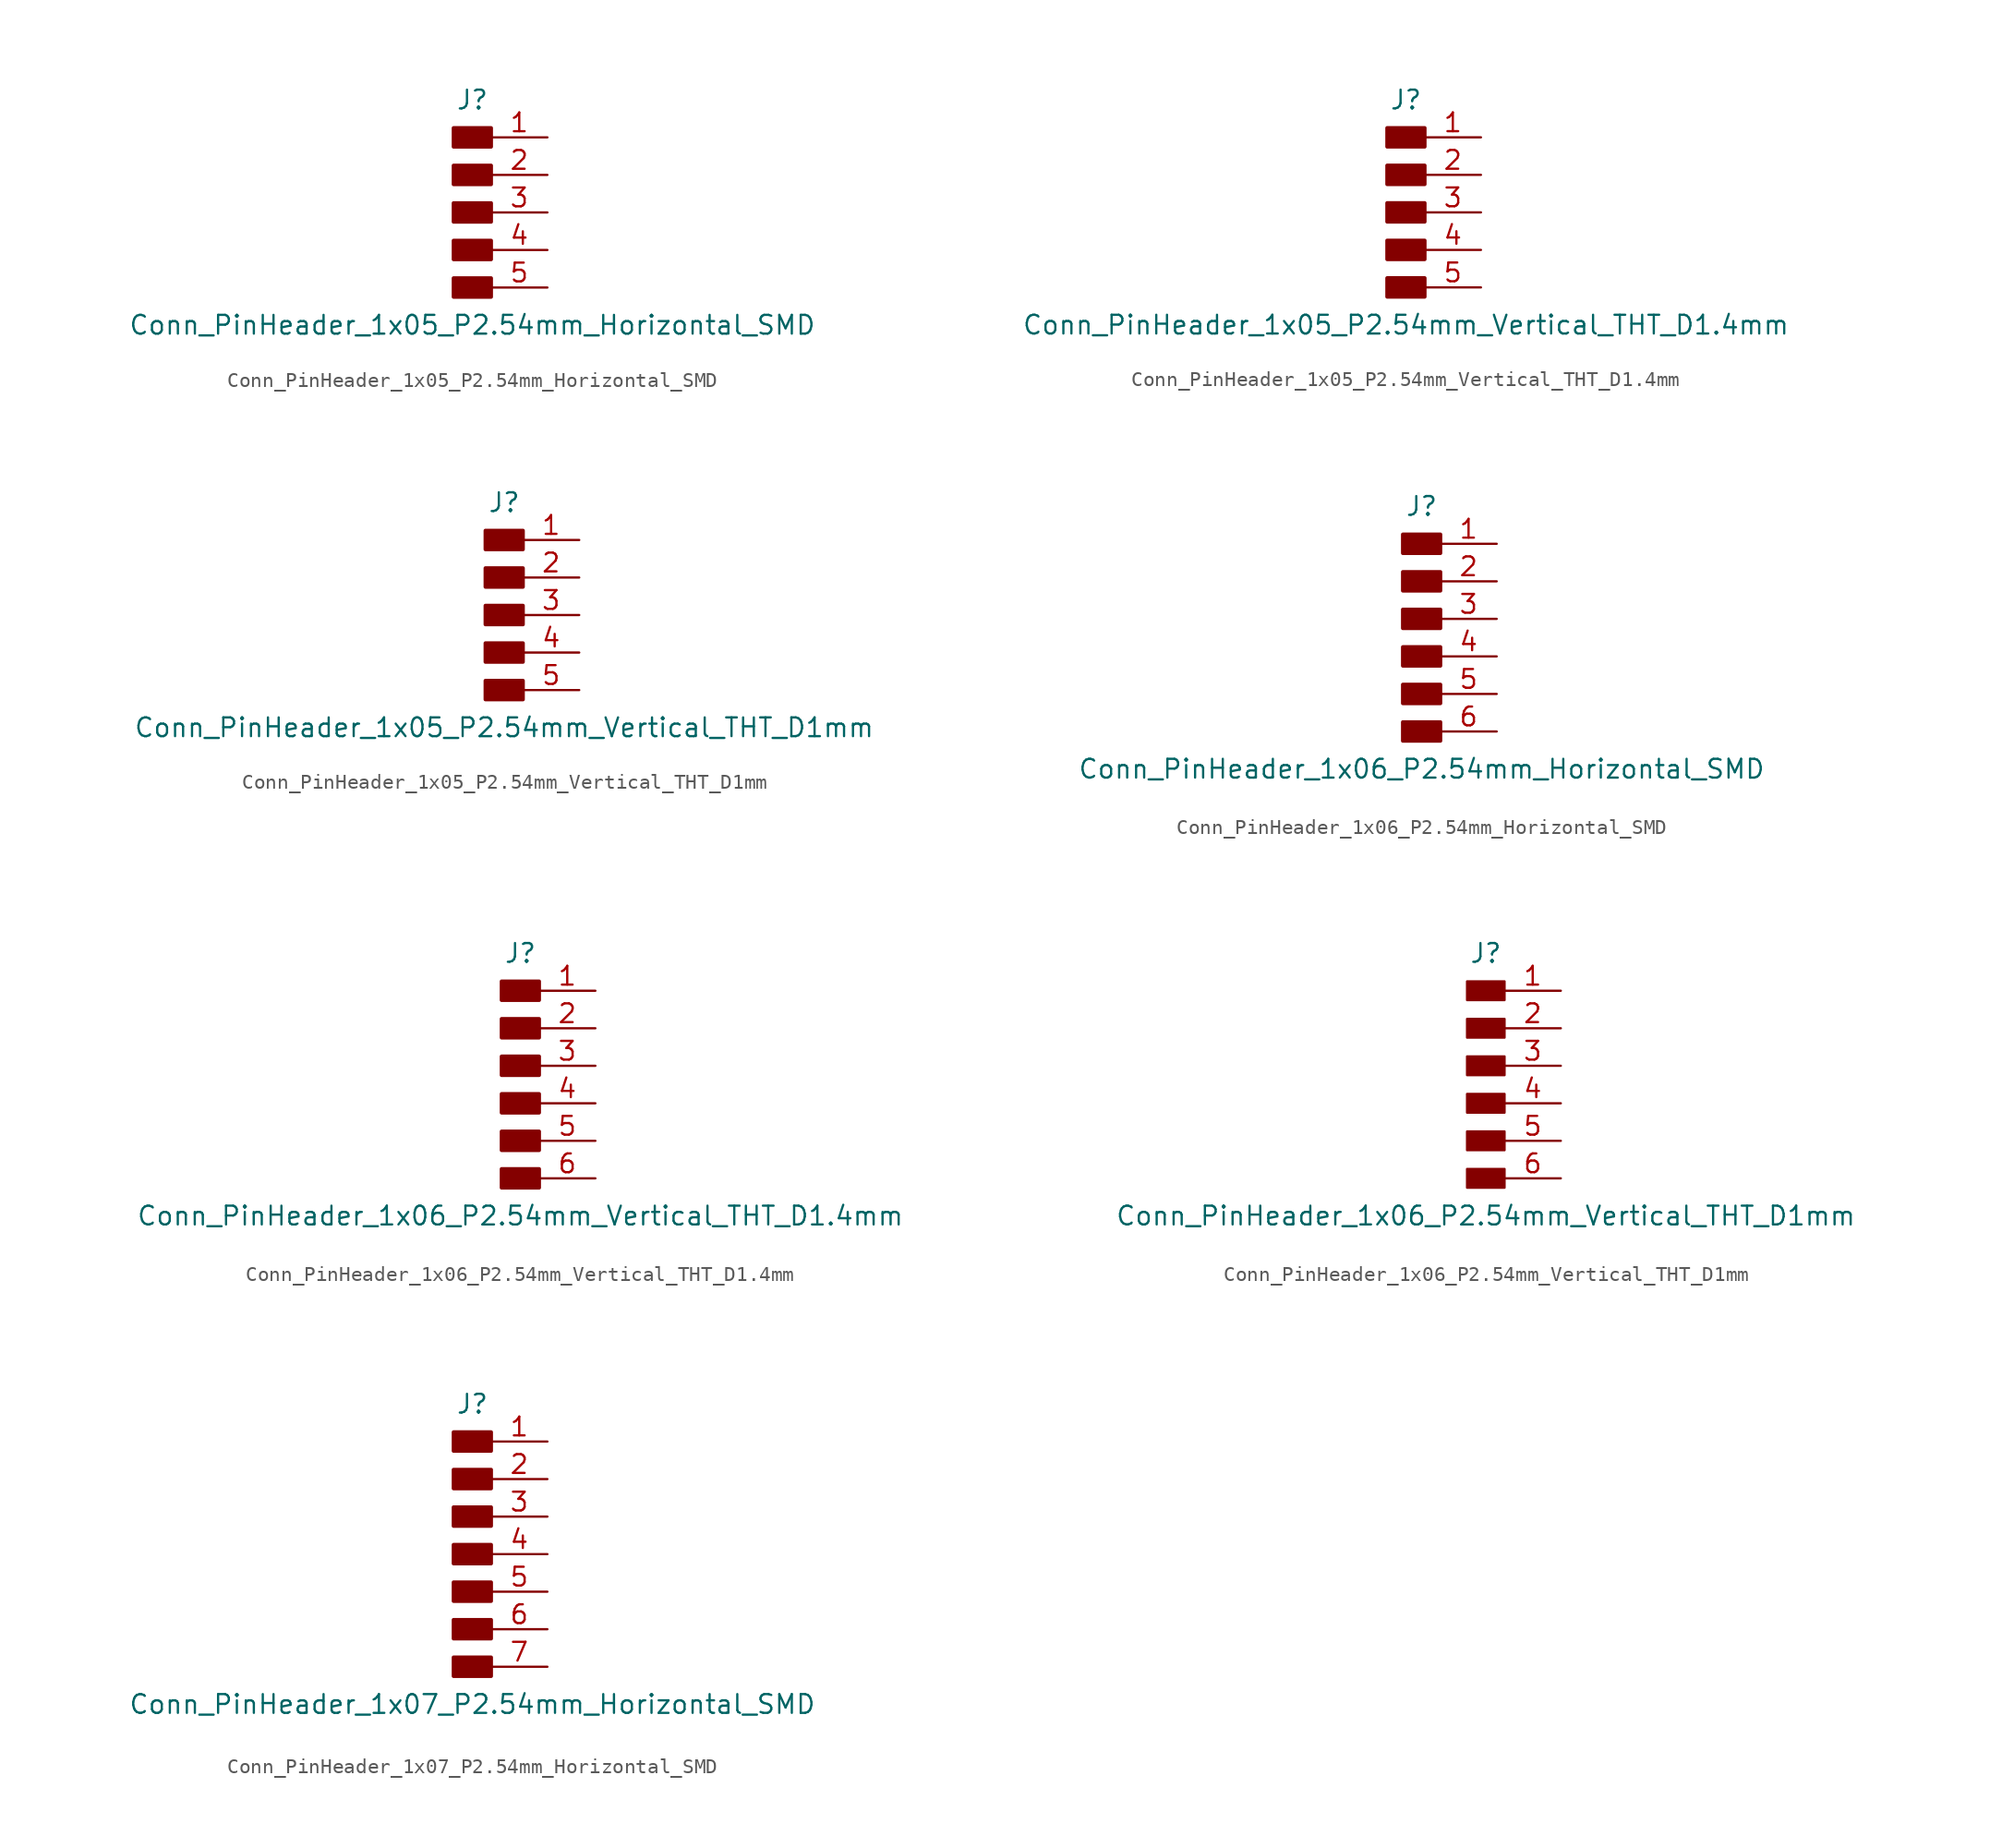
<source format=kicad_sym>
(kicad_symbol_lib
  (version 20211014)
  (generator kicad_symbol_editor)
  (symbol "Conn_PinHeader_1x05_P2.54mm_Horizontal_SMD"
    (pin_names hide)
    (property "Reference" "J"
      (at 0 7.62 0)
      (effects (font (size 1.27 1.27))))
    (property "Value" "Conn_PinHeader_1x05_P2.54mm_Horizontal_SMD"
      (at 0 -7.62 0)
      (effects (font (size 1.27 1.27))))
    (symbol "Conn_PinHeader_1x05_P2.54mm_Horizontal_SMD_1_1"
      (rectangle (start -1.27 -4.445) (end 1.27 -5.715) (stroke (width 0.254) (type default) (color 0 0 0 0)) (fill (type outline)))
      (rectangle (start -1.27 -1.905) (end 1.27 -3.175) (stroke (width 0.254) (type default) (color 0 0 0 0)) (fill (type outline)))
      (rectangle (start -1.27 0.635) (end 1.27 -0.635) (stroke (width 0.254) (type default) (color 0 0 0 0)) (fill (type outline)))
      (rectangle (start -1.27 3.175) (end 1.27 1.905) (stroke (width 0.254) (type default) (color 0 0 0 0)) (fill (type outline)))
      (rectangle (start -1.27 5.715) (end 1.27 4.445) (stroke (width 0.254) (type default) (color 0 0 0 0)) (fill (type outline)))
      (pin passive line (at 5.08 5.08 180) (length 3.81) (name "Pin_1" (effects (font (size 1.27 1.27)))) (number "1" (effects (font (size 1.27 1.27)))))
      (pin passive line (at 5.08 2.54 180) (length 3.81) (name "Pin_2" (effects (font (size 1.27 1.27)))) (number "2" (effects (font (size 1.27 1.27)))))
      (pin passive line (at 5.08 0 180) (length 3.81) (name "Pin_3" (effects (font (size 1.27 1.27)))) (number "3" (effects (font (size 1.27 1.27)))))
      (pin passive line (at 5.08 -2.54 180) (length 3.81) (name "Pin_4" (effects (font (size 1.27 1.27)))) (number "4" (effects (font (size 1.27 1.27)))))
      (pin passive line (at 5.08 -5.08 180) (length 3.81) (name "Pin_5" (effects (font (size 1.27 1.27)))) (number "5" (effects (font (size 1.27 1.27)))))))
  (symbol "Conn_PinHeader_1x05_P2.54mm_Vertical_THT_D1.4mm"
    (pin_names hide)
    (property "Reference" "J"
      (at 0 7.62 0)
      (effects (font (size 1.27 1.27))))
    (property "Value" "Conn_PinHeader_1x05_P2.54mm_Vertical_THT_D1.4mm"
      (at 0 -7.62 0)
      (effects (font (size 1.27 1.27))))
    (symbol "Conn_PinHeader_1x05_P2.54mm_Vertical_THT_D1.4mm_1_1"
      (rectangle (start -1.27 -4.445) (end 1.27 -5.715) (stroke (width 0.254) (type default) (color 0 0 0 0)) (fill (type outline)))
      (rectangle (start -1.27 -1.905) (end 1.27 -3.175) (stroke (width 0.254) (type default) (color 0 0 0 0)) (fill (type outline)))
      (rectangle (start -1.27 0.635) (end 1.27 -0.635) (stroke (width 0.254) (type default) (color 0 0 0 0)) (fill (type outline)))
      (rectangle (start -1.27 3.175) (end 1.27 1.905) (stroke (width 0.254) (type default) (color 0 0 0 0)) (fill (type outline)))
      (rectangle (start -1.27 5.715) (end 1.27 4.445) (stroke (width 0.254) (type default) (color 0 0 0 0)) (fill (type outline)))
      (pin passive line (at 5.08 5.08 180) (length 3.81) (name "Pin_1" (effects (font (size 1.27 1.27)))) (number "1" (effects (font (size 1.27 1.27)))))
      (pin passive line (at 5.08 2.54 180) (length 3.81) (name "Pin_2" (effects (font (size 1.27 1.27)))) (number "2" (effects (font (size 1.27 1.27)))))
      (pin passive line (at 5.08 0 180) (length 3.81) (name "Pin_3" (effects (font (size 1.27 1.27)))) (number "3" (effects (font (size 1.27 1.27)))))
      (pin passive line (at 5.08 -2.54 180) (length 3.81) (name "Pin_4" (effects (font (size 1.27 1.27)))) (number "4" (effects (font (size 1.27 1.27)))))
      (pin passive line (at 5.08 -5.08 180) (length 3.81) (name "Pin_5" (effects (font (size 1.27 1.27)))) (number "5" (effects (font (size 1.27 1.27)))))))
  (symbol "Conn_PinHeader_1x05_P2.54mm_Vertical_THT_D1mm"
    (pin_names hide)
    (property "Reference" "J"
      (at 0 7.62 0)
      (effects (font (size 1.27 1.27))))
    (property "Value" "Conn_PinHeader_1x05_P2.54mm_Vertical_THT_D1mm"
      (at 0 -7.62 0)
      (effects (font (size 1.27 1.27))))
    (symbol "Conn_PinHeader_1x05_P2.54mm_Vertical_THT_D1mm_1_1"
      (rectangle (start -1.27 -4.445) (end 1.27 -5.715) (stroke (width 0.254) (type default) (color 0 0 0 0)) (fill (type outline)))
      (rectangle (start -1.27 -1.905) (end 1.27 -3.175) (stroke (width 0.254) (type default) (color 0 0 0 0)) (fill (type outline)))
      (rectangle (start -1.27 0.635) (end 1.27 -0.635) (stroke (width 0.254) (type default) (color 0 0 0 0)) (fill (type outline)))
      (rectangle (start -1.27 3.175) (end 1.27 1.905) (stroke (width 0.254) (type default) (color 0 0 0 0)) (fill (type outline)))
      (rectangle (start -1.27 5.715) (end 1.27 4.445) (stroke (width 0.254) (type default) (color 0 0 0 0)) (fill (type outline)))
      (pin passive line (at 5.08 5.08 180) (length 3.81) (name "Pin_1" (effects (font (size 1.27 1.27)))) (number "1" (effects (font (size 1.27 1.27)))))
      (pin passive line (at 5.08 2.54 180) (length 3.81) (name "Pin_2" (effects (font (size 1.27 1.27)))) (number "2" (effects (font (size 1.27 1.27)))))
      (pin passive line (at 5.08 0 180) (length 3.81) (name "Pin_3" (effects (font (size 1.27 1.27)))) (number "3" (effects (font (size 1.27 1.27)))))
      (pin passive line (at 5.08 -2.54 180) (length 3.81) (name "Pin_4" (effects (font (size 1.27 1.27)))) (number "4" (effects (font (size 1.27 1.27)))))
      (pin passive line (at 5.08 -5.08 180) (length 3.81) (name "Pin_5" (effects (font (size 1.27 1.27)))) (number "5" (effects (font (size 1.27 1.27)))))))
  (symbol "Conn_PinHeader_1x06_P2.54mm_Horizontal_SMD"
    (pin_names hide)
    (property "Reference" "J"
      (at 0 7.62 0)
      (effects (font (size 1.27 1.27))))
    (property "Value" "Conn_PinHeader_1x06_P2.54mm_Horizontal_SMD"
      (at 0 -10.16 0)
      (effects (font (size 1.27 1.27))))
    (symbol "Conn_PinHeader_1x06_P2.54mm_Horizontal_SMD_1_1"
      (rectangle (start -1.27 -6.985) (end 1.27 -8.255) (stroke (width 0.254) (type default) (color 0 0 0 0)) (fill (type outline)))
      (rectangle (start -1.27 -4.445) (end 1.27 -5.715) (stroke (width 0.254) (type default) (color 0 0 0 0)) (fill (type outline)))
      (rectangle (start -1.27 -1.905) (end 1.27 -3.175) (stroke (width 0.254) (type default) (color 0 0 0 0)) (fill (type outline)))
      (rectangle (start -1.27 0.635) (end 1.27 -0.635) (stroke (width 0.254) (type default) (color 0 0 0 0)) (fill (type outline)))
      (rectangle (start -1.27 3.175) (end 1.27 1.905) (stroke (width 0.254) (type default) (color 0 0 0 0)) (fill (type outline)))
      (rectangle (start -1.27 5.715) (end 1.27 4.445) (stroke (width 0.254) (type default) (color 0 0 0 0)) (fill (type outline)))
      (pin passive line (at 5.08 5.08 180) (length 3.81) (name "Pin_1" (effects (font (size 1.27 1.27)))) (number "1" (effects (font (size 1.27 1.27)))))
      (pin passive line (at 5.08 2.54 180) (length 3.81) (name "Pin_2" (effects (font (size 1.27 1.27)))) (number "2" (effects (font (size 1.27 1.27)))))
      (pin passive line (at 5.08 0 180) (length 3.81) (name "Pin_3" (effects (font (size 1.27 1.27)))) (number "3" (effects (font (size 1.27 1.27)))))
      (pin passive line (at 5.08 -2.54 180) (length 3.81) (name "Pin_4" (effects (font (size 1.27 1.27)))) (number "4" (effects (font (size 1.27 1.27)))))
      (pin passive line (at 5.08 -5.08 180) (length 3.81) (name "Pin_5" (effects (font (size 1.27 1.27)))) (number "5" (effects (font (size 1.27 1.27)))))
      (pin passive line (at 5.08 -7.62 180) (length 3.81) (name "Pin_6" (effects (font (size 1.27 1.27)))) (number "6" (effects (font (size 1.27 1.27)))))))
  (symbol "Conn_PinHeader_1x06_P2.54mm_Vertical_THT_D1.4mm"
    (pin_names hide)
    (property "Reference" "J"
      (at 0 7.62 0)
      (effects (font (size 1.27 1.27))))
    (property "Value" "Conn_PinHeader_1x06_P2.54mm_Vertical_THT_D1.4mm"
      (at 0 -10.16 0)
      (effects (font (size 1.27 1.27))))
    (symbol "Conn_PinHeader_1x06_P2.54mm_Vertical_THT_D1.4mm_1_1"
      (rectangle (start -1.27 -6.985) (end 1.27 -8.255) (stroke (width 0.254) (type default) (color 0 0 0 0)) (fill (type outline)))
      (rectangle (start -1.27 -4.445) (end 1.27 -5.715) (stroke (width 0.254) (type default) (color 0 0 0 0)) (fill (type outline)))
      (rectangle (start -1.27 -1.905) (end 1.27 -3.175) (stroke (width 0.254) (type default) (color 0 0 0 0)) (fill (type outline)))
      (rectangle (start -1.27 0.635) (end 1.27 -0.635) (stroke (width 0.254) (type default) (color 0 0 0 0)) (fill (type outline)))
      (rectangle (start -1.27 3.175) (end 1.27 1.905) (stroke (width 0.254) (type default) (color 0 0 0 0)) (fill (type outline)))
      (rectangle (start -1.27 5.715) (end 1.27 4.445) (stroke (width 0.254) (type default) (color 0 0 0 0)) (fill (type outline)))
      (pin passive line (at 5.08 5.08 180) (length 3.81) (name "Pin_1" (effects (font (size 1.27 1.27)))) (number "1" (effects (font (size 1.27 1.27)))))
      (pin passive line (at 5.08 2.54 180) (length 3.81) (name "Pin_2" (effects (font (size 1.27 1.27)))) (number "2" (effects (font (size 1.27 1.27)))))
      (pin passive line (at 5.08 0 180) (length 3.81) (name "Pin_3" (effects (font (size 1.27 1.27)))) (number "3" (effects (font (size 1.27 1.27)))))
      (pin passive line (at 5.08 -2.54 180) (length 3.81) (name "Pin_4" (effects (font (size 1.27 1.27)))) (number "4" (effects (font (size 1.27 1.27)))))
      (pin passive line (at 5.08 -5.08 180) (length 3.81) (name "Pin_5" (effects (font (size 1.27 1.27)))) (number "5" (effects (font (size 1.27 1.27)))))
      (pin passive line (at 5.08 -7.62 180) (length 3.81) (name "Pin_6" (effects (font (size 1.27 1.27)))) (number "6" (effects (font (size 1.27 1.27)))))))
  (symbol "Conn_PinHeader_1x06_P2.54mm_Vertical_THT_D1mm"
    (pin_names hide)
    (property "Reference" "J"
      (at 0 7.62 0)
      (effects (font (size 1.27 1.27))))
    (property "Value" "Conn_PinHeader_1x06_P2.54mm_Vertical_THT_D1mm"
      (at 0 -10.16 0)
      (effects (font (size 1.27 1.27))))
    (symbol "Conn_PinHeader_1x06_P2.54mm_Vertical_THT_D1mm_1_1"
      (rectangle (start -1.27 -6.985) (end 1.27 -8.255) (stroke (width 0.152) (type default) (color 0 0 0 0)) (fill (type outline)))
      (rectangle (start -1.27 -4.445) (end 1.27 -5.715) (stroke (width 0.152) (type default) (color 0 0 0 0)) (fill (type outline)))
      (rectangle (start -1.27 -1.905) (end 1.27 -3.175) (stroke (width 0.152) (type default) (color 0 0 0 0)) (fill (type outline)))
      (rectangle (start -1.27 0.635) (end 1.27 -0.635) (stroke (width 0.152) (type default) (color 0 0 0 0)) (fill (type outline)))
      (rectangle (start -1.27 3.175) (end 1.27 1.905) (stroke (width 0.152) (type default) (color 0 0 0 0)) (fill (type outline)))
      (rectangle (start -1.27 5.715) (end 1.27 4.445) (stroke (width 0.152) (type default) (color 0 0 0 0)) (fill (type outline)))
      (pin passive line (at 5.08 5.08 180) (length 3.81) (name "Pin_1" (effects (font (size 1.27 1.27)))) (number "1" (effects (font (size 1.27 1.27)))))
      (pin passive line (at 5.08 2.54 180) (length 3.81) (name "Pin_2" (effects (font (size 1.27 1.27)))) (number "2" (effects (font (size 1.27 1.27)))))
      (pin passive line (at 5.08 0 180) (length 3.81) (name "Pin_3" (effects (font (size 1.27 1.27)))) (number "3" (effects (font (size 1.27 1.27)))))
      (pin passive line (at 5.08 -2.54 180) (length 3.81) (name "Pin_4" (effects (font (size 1.27 1.27)))) (number "4" (effects (font (size 1.27 1.27)))))
      (pin passive line (at 5.08 -5.08 180) (length 3.81) (name "Pin_5" (effects (font (size 1.27 1.27)))) (number "5" (effects (font (size 1.27 1.27)))))
      (pin passive line (at 5.08 -7.62 180) (length 3.81) (name "Pin_6" (effects (font (size 1.27 1.27)))) (number "6" (effects (font (size 1.27 1.27)))))))
  (symbol "Conn_PinHeader_1x07_P2.54mm_Horizontal_SMD"
    (pin_names hide)
    (property "Reference" "J"
      (at 0 10.16 0)
      (effects (font (size 1.27 1.27))))
    (property "Value" "Conn_PinHeader_1x07_P2.54mm_Horizontal_SMD"
      (at 0 -10.16 0)
      (effects (font (size 1.27 1.27))))
    (symbol "Conn_PinHeader_1x07_P2.54mm_Horizontal_SMD_1_1"
      (rectangle (start -1.27 -6.985) (end 1.27 -8.255) (stroke (width 0.254) (type default) (color 0 0 0 0)) (fill (type outline)))
      (rectangle (start -1.27 -4.445) (end 1.27 -5.715) (stroke (width 0.254) (type default) (color 0 0 0 0)) (fill (type outline)))
      (rectangle (start -1.27 -1.905) (end 1.27 -3.175) (stroke (width 0.254) (type default) (color 0 0 0 0)) (fill (type outline)))
      (rectangle (start -1.27 0.635) (end 1.27 -0.635) (stroke (width 0.254) (type default) (color 0 0 0 0)) (fill (type outline)))
      (rectangle (start -1.27 3.175) (end 1.27 1.905) (stroke (width 0.254) (type default) (color 0 0 0 0)) (fill (type outline)))
      (rectangle (start -1.27 5.715) (end 1.27 4.445) (stroke (width 0.254) (type default) (color 0 0 0 0)) (fill (type outline)))
      (rectangle (start -1.27 8.255) (end 1.27 6.985) (stroke (width 0.254) (type default) (color 0 0 0 0)) (fill (type outline)))
      (pin passive line (at 5.08 7.62 180) (length 3.81) (name "Pin_1" (effects (font (size 1.27 1.27)))) (number "1" (effects (font (size 1.27 1.27)))))
      (pin passive line (at 5.08 5.08 180) (length 3.81) (name "Pin_2" (effects (font (size 1.27 1.27)))) (number "2" (effects (font (size 1.27 1.27)))))
      (pin passive line (at 5.08 2.54 180) (length 3.81) (name "Pin_3" (effects (font (size 1.27 1.27)))) (number "3" (effects (font (size 1.27 1.27)))))
      (pin passive line (at 5.08 0 180) (length 3.81) (name "Pin_4" (effects (font (size 1.27 1.27)))) (number "4" (effects (font (size 1.27 1.27)))))
      (pin passive line (at 5.08 -2.54 180) (length 3.81) (name "Pin_5" (effects (font (size 1.27 1.27)))) (number "5" (effects (font (size 1.27 1.27)))))
      (pin passive line (at 5.08 -5.08 180) (length 3.81) (name "Pin_6" (effects (font (size 1.27 1.27)))) (number "6" (effects (font (size 1.27 1.27)))))
      (pin passive line (at 5.08 -7.62 180) (length 3.81) (name "Pin_7" (effects (font (size 1.27 1.27)))) (number "7" (effects (font (size 1.27 1.27))))))))
</source>
